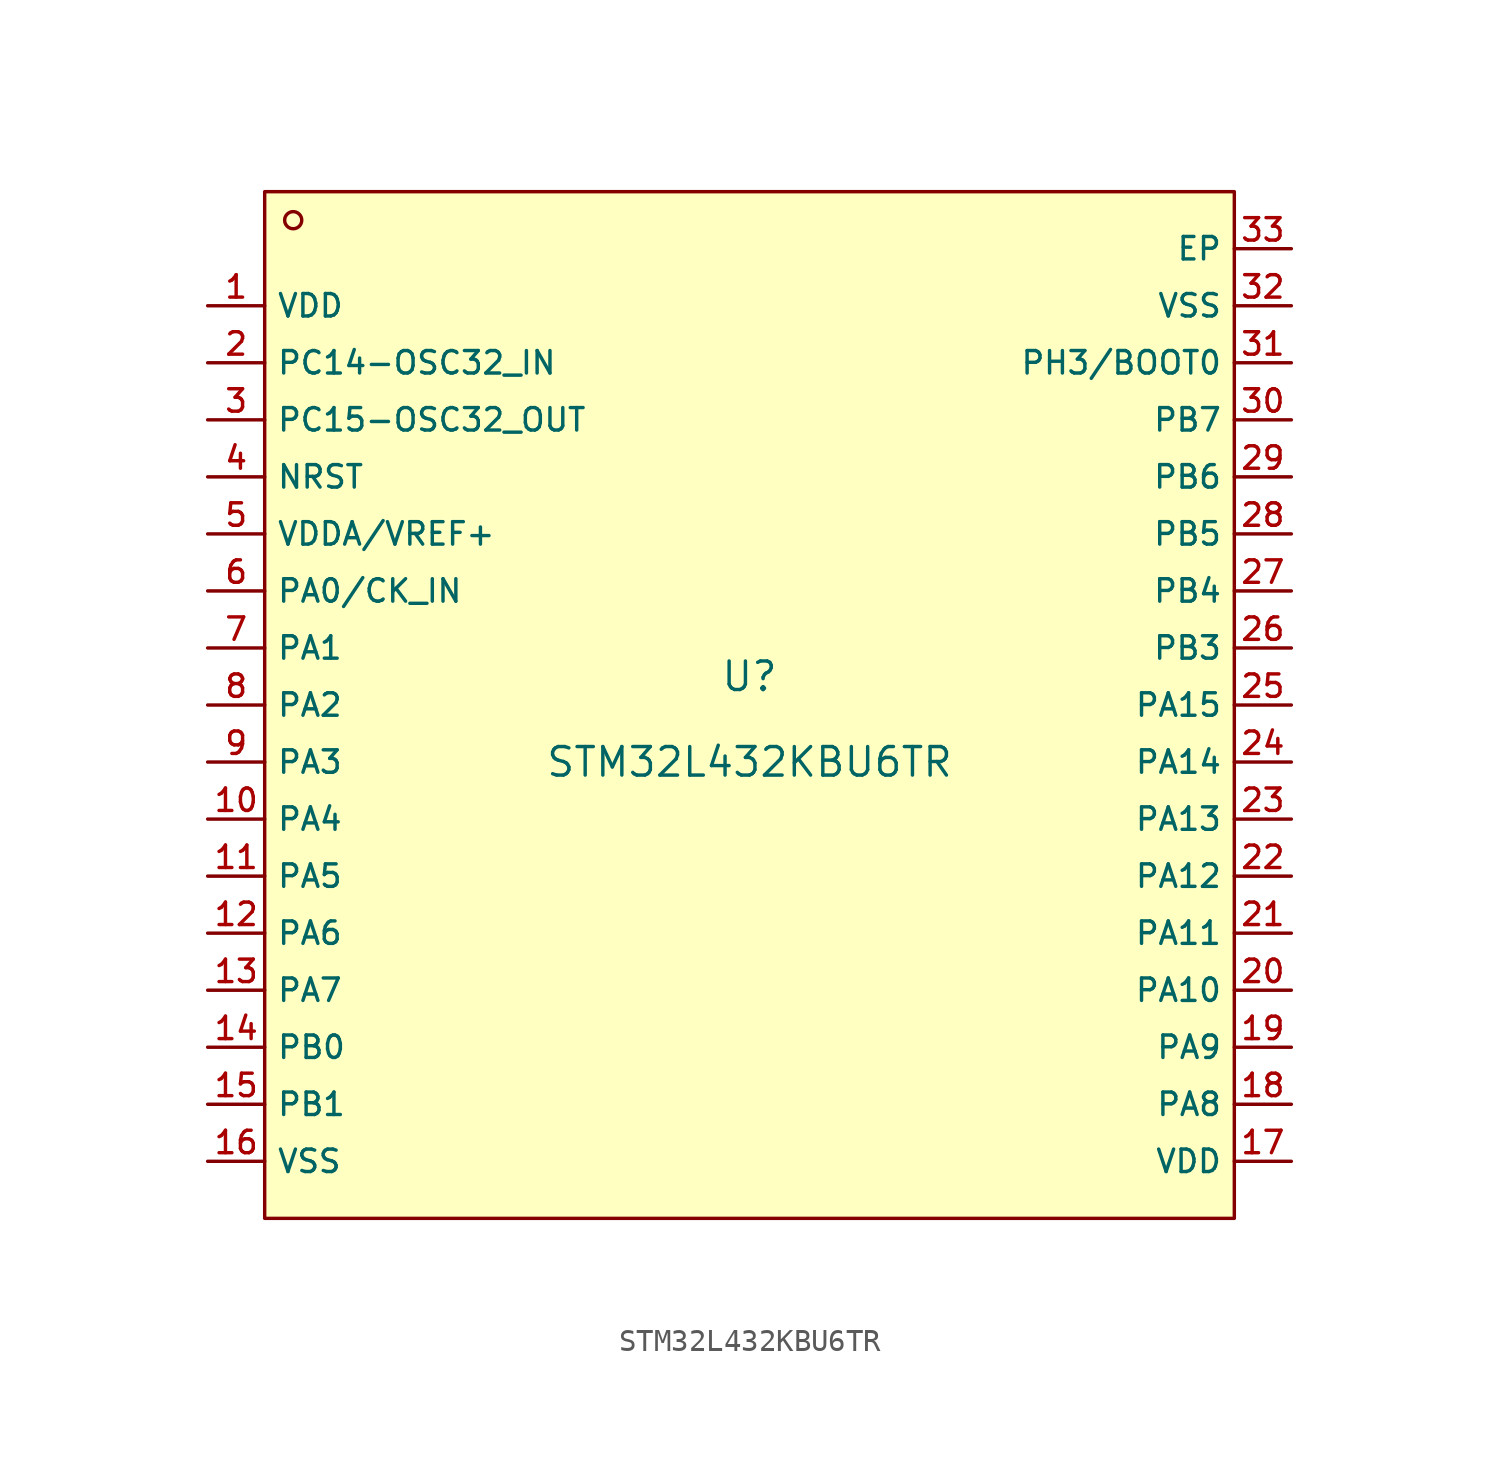
<source format=kicad_sym>
(kicad_symbol_lib
  (version 20210201)
  (generator TousstNicolas/JLC2KiCad_lib)
  (symbol "STM32L432KBU6TR"
    (property "Reference" "U"
      (at 0 1.27 0)
      (effects (font (size 1.27 1.27))))
    (property "Value" "STM32L432KBU6TR"
      (at 0 -2.54 0)
      (effects (font (size 1.27 1.27))))
    (symbol "STM32L432KBU6TR_0_1"
      (pin unspecified line (at 24.13 20.32 180) (length 2.54) (name "EP" (effects (font (size 1 1)))) (number "33" (effects (font (size 1 1)))))
      (pin unspecified line (at 24.13 17.78 180) (length 2.54) (name "VSS" (effects (font (size 1 1)))) (number "32" (effects (font (size 1 1)))))
      (pin unspecified line (at 24.13 15.24 180) (length 2.54) (name "PH3/BOOT0" (effects (font (size 1 1)))) (number "31" (effects (font (size 1 1)))))
      (pin unspecified line (at 24.13 12.7 180) (length 2.54) (name "PB7" (effects (font (size 1 1)))) (number "30" (effects (font (size 1 1)))))
      (pin unspecified line (at 24.13 10.16 180) (length 2.54) (name "PB6" (effects (font (size 1 1)))) (number "29" (effects (font (size 1 1)))))
      (pin unspecified line (at 24.13 7.62 180) (length 2.54) (name "PB5" (effects (font (size 1 1)))) (number "28" (effects (font (size 1 1)))))
      (pin unspecified line (at 24.13 5.08 180) (length 2.54) (name "PB4" (effects (font (size 1 1)))) (number "27" (effects (font (size 1 1)))))
      (pin unspecified line (at 24.13 2.54 180) (length 2.54) (name "PB3" (effects (font (size 1 1)))) (number "26" (effects (font (size 1 1)))))
      (pin unspecified line (at 24.13 -0.0 180) (length 2.54) (name "PA15" (effects (font (size 1 1)))) (number "25" (effects (font (size 1 1)))))
      (pin unspecified line (at 24.13 -2.54 180) (length 2.54) (name "PA14" (effects (font (size 1 1)))) (number "24" (effects (font (size 1 1)))))
      (pin unspecified line (at 24.13 -5.08 180) (length 2.54) (name "PA13" (effects (font (size 1 1)))) (number "23" (effects (font (size 1 1)))))
      (pin unspecified line (at 24.13 -7.62 180) (length 2.54) (name "PA12" (effects (font (size 1 1)))) (number "22" (effects (font (size 1 1)))))
      (pin unspecified line (at 24.13 -10.16 180) (length 2.54) (name "PA11" (effects (font (size 1 1)))) (number "21" (effects (font (size 1 1)))))
      (pin unspecified line (at 24.13 -12.7 180) (length 2.54) (name "PA10" (effects (font (size 1 1)))) (number "20" (effects (font (size 1 1)))))
      (pin unspecified line (at 24.13 -15.24 180) (length 2.54) (name "PA9" (effects (font (size 1 1)))) (number "19" (effects (font (size 1 1)))))
      (pin unspecified line (at 24.13 -17.78 180) (length 2.54) (name "PA8" (effects (font (size 1 1)))) (number "18" (effects (font (size 1 1)))))
      (pin unspecified line (at 24.13 -20.32 180) (length 2.54) (name "VDD" (effects (font (size 1 1)))) (number "17" (effects (font (size 1 1)))))
      (pin unspecified line (at -24.13 -20.32 0) (length 2.54) (name "VSS" (effects (font (size 1 1)))) (number "16" (effects (font (size 1 1)))))
      (pin unspecified line (at -24.13 -17.78 0) (length 2.54) (name "PB1" (effects (font (size 1 1)))) (number "15" (effects (font (size 1 1)))))
      (pin unspecified line (at -24.13 -15.24 0) (length 2.54) (name "PB0" (effects (font (size 1 1)))) (number "14" (effects (font (size 1 1)))))
      (pin unspecified line (at -24.13 -12.7 0) (length 2.54) (name "PA7" (effects (font (size 1 1)))) (number "13" (effects (font (size 1 1)))))
      (pin unspecified line (at -24.13 -10.16 0) (length 2.54) (name "PA6" (effects (font (size 1 1)))) (number "12" (effects (font (size 1 1)))))
      (pin unspecified line (at -24.13 -7.62 0) (length 2.54) (name "PA5" (effects (font (size 1 1)))) (number "11" (effects (font (size 1 1)))))
      (pin unspecified line (at -24.13 -5.08 0) (length 2.54) (name "PA4" (effects (font (size 1 1)))) (number "10" (effects (font (size 1 1)))))
      (pin unspecified line (at -24.13 -2.54 0) (length 2.54) (name "PA3" (effects (font (size 1 1)))) (number "9" (effects (font (size 1 1)))))
      (pin unspecified line (at -24.13 -0.0 0) (length 2.54) (name "PA2" (effects (font (size 1 1)))) (number "8" (effects (font (size 1 1)))))
      (pin unspecified line (at -24.13 2.54 0) (length 2.54) (name "PA1" (effects (font (size 1 1)))) (number "7" (effects (font (size 1 1)))))
      (pin unspecified line (at -24.13 5.08 0) (length 2.54) (name "PA0/CK_IN" (effects (font (size 1 1)))) (number "6" (effects (font (size 1 1)))))
      (pin unspecified line (at -24.13 7.62 0) (length 2.54) (name "VDDA/VREF+" (effects (font (size 1 1)))) (number "5" (effects (font (size 1 1)))))
      (pin unspecified line (at -24.13 10.16 0) (length 2.54) (name "NRST" (effects (font (size 1 1)))) (number "4" (effects (font (size 1 1)))))
      (pin unspecified line (at -24.13 12.7 0) (length 2.54) (name "PC15-OSC32_OUT" (effects (font (size 1 1)))) (number "3" (effects (font (size 1 1)))))
      (pin unspecified line (at -24.13 15.24 0) (length 2.54) (name "PC14-OSC32_IN" (effects (font (size 1 1)))) (number "2" (effects (font (size 1 1)))))
      (pin unspecified line (at -24.13 17.78 0) (length 2.54) (name "VDD" (effects (font (size 1 1)))) (number "1" (effects (font (size 1 1)))))
      (circle (center -20.32 21.59) (radius 0.381) (stroke (width 0) (type default) (color 0 0 0 0)) (fill (type background)))
      (rectangle (start -21.59 22.86) (end 21.59 -22.86) (stroke (width 0) (type default) (color 0 0 0 0)) (fill (type background))))))
</source>
